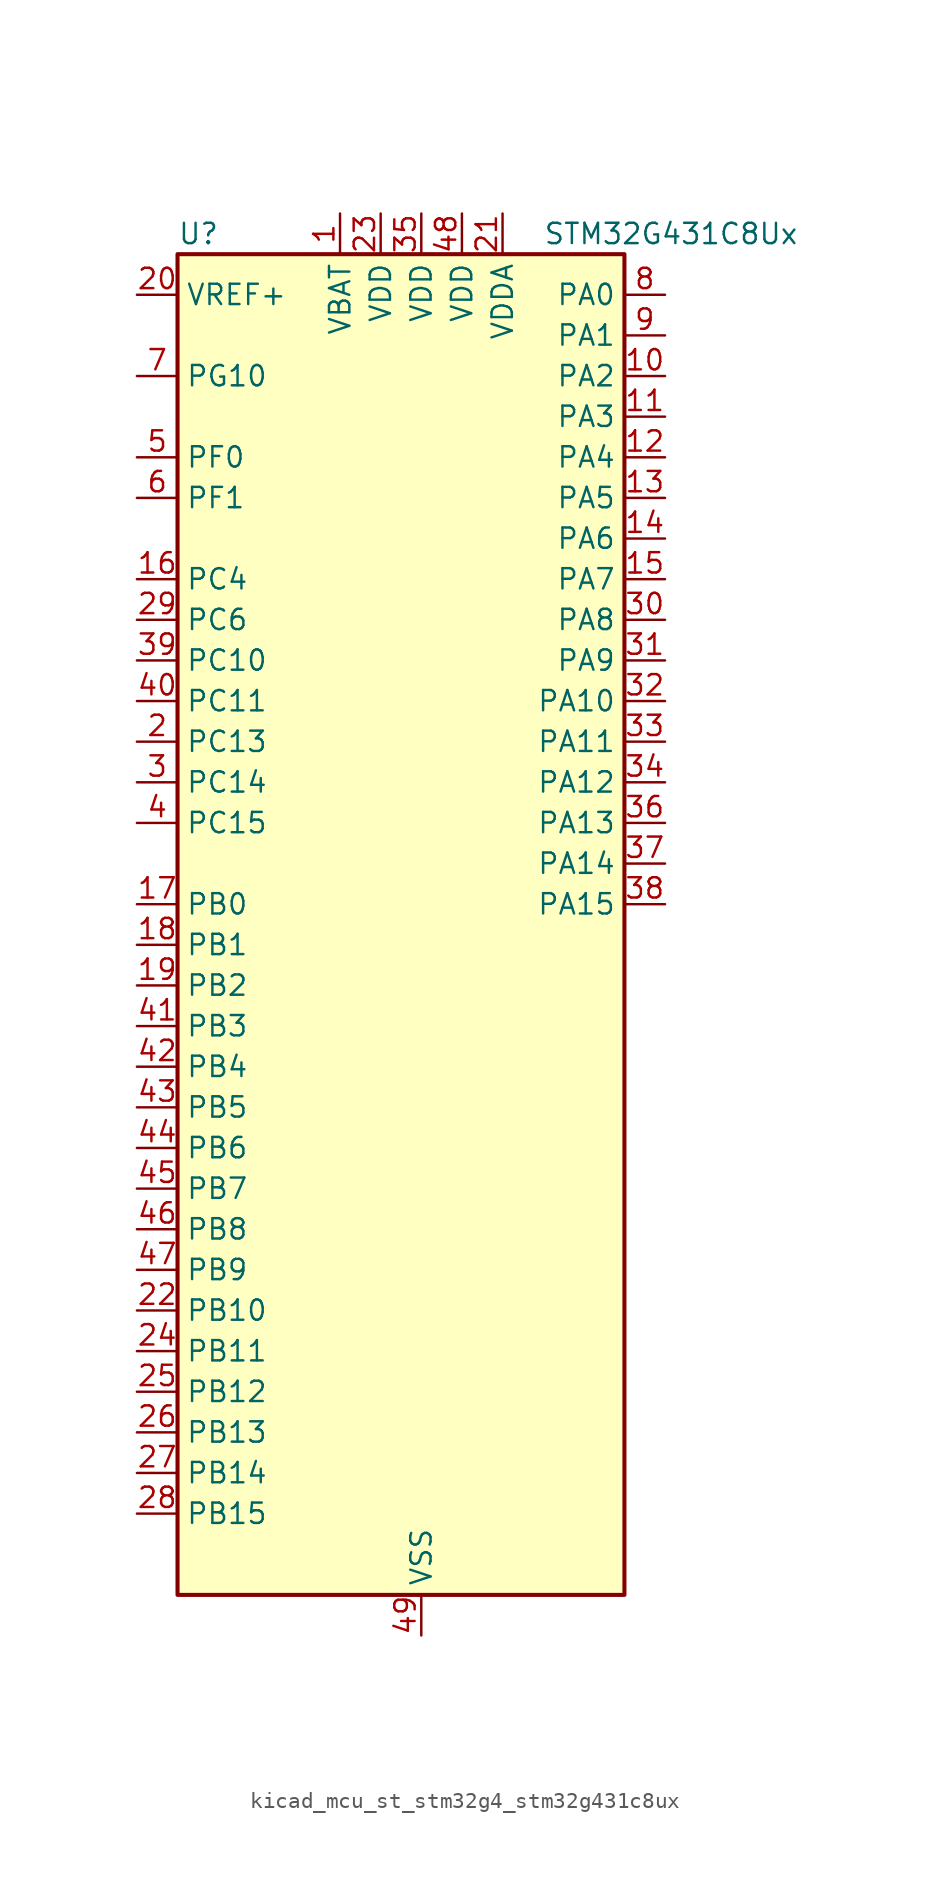
<source format=kicad_sym>
(kicad_symbol_lib
  (version 20220914)
  (generator kicad_symbol_editor)
  (symbol "kicad_mcu_st_stm32g4_stm32g431c8ux"
    (property "Reference" "U"
      (at -12.7 44.45 0)
      (effects (font (size 1.27 1.27)) (justify left)))
    (property "Value" "STM32G431C8Ux"
      (at 10.16 44.45 0)
      (effects (font (size 1.27 1.27)) (justify left)))
    (property "ki_locked" ""
      (at 0 0 0)
      (effects (font (size 1.27 1.27))))
    (symbol "kicad_mcu_st_stm32g4_stm32g431c8ux_0_1"
      (rectangle (start -12.7 -40.64) (end 15.24 43.18) (stroke (width 0.254) (type default)) (fill (type background))))
    (symbol "kicad_mcu_st_stm32g4_stm32g431c8ux_1_1"
      (pin power_in line (at -2.54 45.72 270) (length 2.54) (name "VBAT" (effects (font (size 1.27 1.27)))) (number "1" (effects (font (size 1.27 1.27)))))
      (pin bidirectional line (at 17.78 35.56 180) (length 2.54) (name "PA2" (effects (font (size 1.27 1.27)))) (number "10" (effects (font (size 1.27 1.27)))) (alternate "ADC1_IN3" bidirectional line) (alternate "COMP2_INM" bidirectional line) (alternate "COMP2_OUT" bidirectional line) (alternate "LPUART1_TX" bidirectional line) (alternate "OPAMP1_VOUT" bidirectional line) (alternate "RCC_LSCO" bidirectional line) (alternate "SYS_WKUP4" bidirectional line) (alternate "TIM15_CH1" bidirectional line) (alternate "TIM2_CH3" bidirectional line) (alternate "UCPD1_FRSTX1" bidirectional line) (alternate "UCPD1_FRSTX2" bidirectional line) (alternate "USART2_TX" bidirectional line))
      (pin bidirectional line (at 17.78 33.02 180) (length 2.54) (name "PA3" (effects (font (size 1.27 1.27)))) (number "11" (effects (font (size 1.27 1.27)))) (alternate "ADC1_IN4" bidirectional line) (alternate "COMP2_INP" bidirectional line) (alternate "LPUART1_RX" bidirectional line) (alternate "OPAMP1_VINM" bidirectional line) (alternate "OPAMP1_VINM0" bidirectional line) (alternate "OPAMP1_VINM_SEC" bidirectional line) (alternate "OPAMP1_VINP" bidirectional line) (alternate "OPAMP1_VINP_SEC" bidirectional line) (alternate "SAI1_CK1" bidirectional line) (alternate "SAI1_MCLK_A" bidirectional line) (alternate "TIM15_CH2" bidirectional line) (alternate "TIM2_CH4" bidirectional line) (alternate "USART2_RX" bidirectional line))
      (pin bidirectional line (at 17.78 30.48 180) (length 2.54) (name "PA4" (effects (font (size 1.27 1.27)))) (number "12" (effects (font (size 1.27 1.27)))) (alternate "ADC2_IN17" bidirectional line) (alternate "COMP1_INM" bidirectional line) (alternate "DAC1_OUT1" bidirectional line) (alternate "I2S3_WS" bidirectional line) (alternate "SAI1_FS_B" bidirectional line) (alternate "SPI1_NSS" bidirectional line) (alternate "SPI3_NSS" bidirectional line) (alternate "TIM3_CH2" bidirectional line) (alternate "USART2_CK" bidirectional line))
      (pin bidirectional line (at 17.78 27.94 180) (length 2.54) (name "PA5" (effects (font (size 1.27 1.27)))) (number "13" (effects (font (size 1.27 1.27)))) (alternate "ADC2_IN13" bidirectional line) (alternate "COMP2_INM" bidirectional line) (alternate "DAC1_OUT2" bidirectional line) (alternate "OPAMP2_VINM" bidirectional line) (alternate "OPAMP2_VINM0" bidirectional line) (alternate "OPAMP2_VINM_SEC" bidirectional line) (alternate "SPI1_SCK" bidirectional line) (alternate "TIM2_CH1" bidirectional line) (alternate "TIM2_ETR" bidirectional line) (alternate "UCPD1_FRSTX1" bidirectional line) (alternate "UCPD1_FRSTX2" bidirectional line))
      (pin bidirectional line (at 17.78 25.4 180) (length 2.54) (name "PA6" (effects (font (size 1.27 1.27)))) (number "14" (effects (font (size 1.27 1.27)))) (alternate "ADC2_IN3" bidirectional line) (alternate "COMP1_OUT" bidirectional line) (alternate "LPUART1_CTS" bidirectional line) (alternate "OPAMP2_VOUT" bidirectional line) (alternate "SPI1_MISO" bidirectional line) (alternate "TIM16_CH1" bidirectional line) (alternate "TIM1_BKIN" bidirectional line) (alternate "TIM3_CH1" bidirectional line) (alternate "TIM8_BKIN" bidirectional line))
      (pin bidirectional line (at 17.78 22.86 180) (length 2.54) (name "PA7" (effects (font (size 1.27 1.27)))) (number "15" (effects (font (size 1.27 1.27)))) (alternate "ADC2_IN4" bidirectional line) (alternate "COMP2_INP" bidirectional line) (alternate "COMP2_OUT" bidirectional line) (alternate "OPAMP1_VINP" bidirectional line) (alternate "OPAMP1_VINP_SEC" bidirectional line) (alternate "OPAMP2_VINP" bidirectional line) (alternate "OPAMP2_VINP_SEC" bidirectional line) (alternate "SPI1_MOSI" bidirectional line) (alternate "TIM17_CH1" bidirectional line) (alternate "TIM1_CH1N" bidirectional line) (alternate "TIM3_CH2" bidirectional line) (alternate "TIM8_CH1N" bidirectional line) (alternate "UCPD1_FRSTX1" bidirectional line) (alternate "UCPD1_FRSTX2" bidirectional line))
      (pin bidirectional line (at -15.24 22.86 0) (length 2.54) (name "PC4" (effects (font (size 1.27 1.27)))) (number "16" (effects (font (size 1.27 1.27)))) (alternate "ADC2_IN5" bidirectional line) (alternate "I2C2_SCL" bidirectional line) (alternate "TIM1_ETR" bidirectional line) (alternate "USART1_TX" bidirectional line))
      (pin bidirectional line (at -15.24 2.54 0) (length 2.54) (name "PB0" (effects (font (size 1.27 1.27)))) (number "17" (effects (font (size 1.27 1.27)))) (alternate "ADC1_IN15" bidirectional line) (alternate "COMP4_INP" bidirectional line) (alternate "OPAMP2_VINP" bidirectional line) (alternate "OPAMP2_VINP_SEC" bidirectional line) (alternate "OPAMP3_VINP" bidirectional line) (alternate "OPAMP3_VINP_SEC" bidirectional line) (alternate "TIM1_CH2N" bidirectional line) (alternate "TIM3_CH3" bidirectional line) (alternate "TIM8_CH2N" bidirectional line) (alternate "UCPD1_FRSTX1" bidirectional line) (alternate "UCPD1_FRSTX2" bidirectional line))
      (pin bidirectional line (at -15.24 0 0) (length 2.54) (name "PB1" (effects (font (size 1.27 1.27)))) (number "18" (effects (font (size 1.27 1.27)))) (alternate "ADC1_IN12" bidirectional line) (alternate "COMP1_INP" bidirectional line) (alternate "COMP4_OUT" bidirectional line) (alternate "LPUART1_DE" bidirectional line) (alternate "LPUART1_RTS" bidirectional line) (alternate "OPAMP3_VOUT" bidirectional line) (alternate "TIM1_CH3N" bidirectional line) (alternate "TIM3_CH4" bidirectional line) (alternate "TIM8_CH3N" bidirectional line))
      (pin bidirectional line (at -15.24 -2.54 0) (length 2.54) (name "PB2" (effects (font (size 1.27 1.27)))) (number "19" (effects (font (size 1.27 1.27)))) (alternate "ADC2_IN12" bidirectional line) (alternate "COMP4_INM" bidirectional line) (alternate "I2C3_SMBA" bidirectional line) (alternate "LPTIM1_OUT" bidirectional line) (alternate "OPAMP3_VINM" bidirectional line) (alternate "OPAMP3_VINM0" bidirectional line) (alternate "OPAMP3_VINM_SEC" bidirectional line) (alternate "RTC_OUT2" bidirectional line))
      (pin bidirectional line (at -15.24 12.7 0) (length 2.54) (name "PC13" (effects (font (size 1.27 1.27)))) (number "2" (effects (font (size 1.27 1.27)))) (alternate "RTC_OUT1" bidirectional line) (alternate "RTC_TAMP1" bidirectional line) (alternate "RTC_TS" bidirectional line) (alternate "SYS_WKUP2" bidirectional line) (alternate "TIM1_BKIN" bidirectional line) (alternate "TIM1_CH1N" bidirectional line) (alternate "TIM8_CH4N" bidirectional line))
      (pin input line (at -15.24 40.64 0) (length 2.54) (name "VREF+" (effects (font (size 1.27 1.27)))) (number "20" (effects (font (size 1.27 1.27)))) (alternate "VREFBUF_OUT" bidirectional line))
      (pin power_in line (at 7.62 45.72 270) (length 2.54) (name "VDDA" (effects (font (size 1.27 1.27)))) (number "21" (effects (font (size 1.27 1.27)))))
      (pin bidirectional line (at -15.24 -22.86 0) (length 2.54) (name "PB10" (effects (font (size 1.27 1.27)))) (number "22" (effects (font (size 1.27 1.27)))) (alternate "DAC1_EXTI10" bidirectional line) (alternate "DAC3_EXTI10" bidirectional line) (alternate "LPUART1_RX" bidirectional line) (alternate "OPAMP3_VINM" bidirectional line) (alternate "OPAMP3_VINM1" bidirectional line) (alternate "OPAMP3_VINM_SEC" bidirectional line) (alternate "SAI1_SCK_A" bidirectional line) (alternate "TIM1_BKIN" bidirectional line) (alternate "TIM2_CH3" bidirectional line) (alternate "USART3_TX" bidirectional line))
      (pin power_in line (at 0 45.72 270) (length 2.54) (name "VDD" (effects (font (size 1.27 1.27)))) (number "23" (effects (font (size 1.27 1.27)))))
      (pin bidirectional line (at -15.24 -25.4 0) (length 2.54) (name "PB11" (effects (font (size 1.27 1.27)))) (number "24" (effects (font (size 1.27 1.27)))) (alternate "ADC1_EXTI11" bidirectional line) (alternate "ADC1_IN14" bidirectional line) (alternate "ADC2_EXTI11" bidirectional line) (alternate "ADC2_IN14" bidirectional line) (alternate "LPUART1_TX" bidirectional line) (alternate "TIM2_CH4" bidirectional line) (alternate "USART3_RX" bidirectional line))
      (pin bidirectional line (at -15.24 -27.94 0) (length 2.54) (name "PB12" (effects (font (size 1.27 1.27)))) (number "25" (effects (font (size 1.27 1.27)))) (alternate "ADC1_IN11" bidirectional line) (alternate "I2C2_SMBA" bidirectional line) (alternate "I2S2_WS" bidirectional line) (alternate "LPUART1_DE" bidirectional line) (alternate "LPUART1_RTS" bidirectional line) (alternate "SPI2_NSS" bidirectional line) (alternate "TIM1_BKIN" bidirectional line) (alternate "USART3_CK" bidirectional line))
      (pin bidirectional line (at -15.24 -30.48 0) (length 2.54) (name "PB13" (effects (font (size 1.27 1.27)))) (number "26" (effects (font (size 1.27 1.27)))) (alternate "I2S2_CK" bidirectional line) (alternate "LPUART1_CTS" bidirectional line) (alternate "OPAMP3_VINP" bidirectional line) (alternate "OPAMP3_VINP_SEC" bidirectional line) (alternate "SPI2_SCK" bidirectional line) (alternate "TIM1_CH1N" bidirectional line) (alternate "USART3_CTS" bidirectional line) (alternate "USART3_NSS" bidirectional line))
      (pin bidirectional line (at -15.24 -33.02 0) (length 2.54) (name "PB14" (effects (font (size 1.27 1.27)))) (number "27" (effects (font (size 1.27 1.27)))) (alternate "ADC1_IN5" bidirectional line) (alternate "COMP4_OUT" bidirectional line) (alternate "OPAMP2_VINP" bidirectional line) (alternate "OPAMP2_VINP_SEC" bidirectional line) (alternate "SPI2_MISO" bidirectional line) (alternate "TIM15_CH1" bidirectional line) (alternate "TIM1_CH2N" bidirectional line) (alternate "USART3_DE" bidirectional line) (alternate "USART3_RTS" bidirectional line))
      (pin bidirectional line (at -15.24 -35.56 0) (length 2.54) (name "PB15" (effects (font (size 1.27 1.27)))) (number "28" (effects (font (size 1.27 1.27)))) (alternate "ADC1_EXTI15" bidirectional line) (alternate "ADC2_EXTI15" bidirectional line) (alternate "ADC2_IN15" bidirectional line) (alternate "COMP3_OUT" bidirectional line) (alternate "I2S2_SD" bidirectional line) (alternate "RTC_REFIN" bidirectional line) (alternate "SPI2_MOSI" bidirectional line) (alternate "TIM15_CH1N" bidirectional line) (alternate "TIM15_CH2" bidirectional line) (alternate "TIM1_CH3N" bidirectional line))
      (pin bidirectional line (at -15.24 20.32 0) (length 2.54) (name "PC6" (effects (font (size 1.27 1.27)))) (number "29" (effects (font (size 1.27 1.27)))) (alternate "I2S2_MCK" bidirectional line) (alternate "TIM3_CH1" bidirectional line) (alternate "TIM8_CH1" bidirectional line))
      (pin bidirectional line (at -15.24 10.16 0) (length 2.54) (name "PC14" (effects (font (size 1.27 1.27)))) (number "3" (effects (font (size 1.27 1.27)))) (alternate "RCC_OSC32_IN" bidirectional line))
      (pin bidirectional line (at 17.78 20.32 180) (length 2.54) (name "PA8" (effects (font (size 1.27 1.27)))) (number "30" (effects (font (size 1.27 1.27)))) (alternate "I2C2_SDA" bidirectional line) (alternate "I2C3_SCL" bidirectional line) (alternate "I2S2_MCK" bidirectional line) (alternate "RCC_MCO" bidirectional line) (alternate "SAI1_CK2" bidirectional line) (alternate "SAI1_SCK_A" bidirectional line) (alternate "TIM1_CH1" bidirectional line) (alternate "TIM4_ETR" bidirectional line) (alternate "USART1_CK" bidirectional line))
      (pin bidirectional line (at 17.78 17.78 180) (length 2.54) (name "PA9" (effects (font (size 1.27 1.27)))) (number "31" (effects (font (size 1.27 1.27)))) (alternate "DAC1_EXTI9" bidirectional line) (alternate "DAC3_EXTI9" bidirectional line) (alternate "I2C2_SCL" bidirectional line) (alternate "I2C3_SMBA" bidirectional line) (alternate "I2S3_MCK" bidirectional line) (alternate "SAI1_FS_A" bidirectional line) (alternate "TIM15_BKIN" bidirectional line) (alternate "TIM1_CH2" bidirectional line) (alternate "TIM2_CH3" bidirectional line) (alternate "UCPD1_DBCC1" bidirectional line) (alternate "USART1_TX" bidirectional line))
      (pin bidirectional line (at 17.78 15.24 180) (length 2.54) (name "PA10" (effects (font (size 1.27 1.27)))) (number "32" (effects (font (size 1.27 1.27)))) (alternate "CRS_SYNC" bidirectional line) (alternate "DAC1_EXTI10" bidirectional line) (alternate "DAC3_EXTI10" bidirectional line) (alternate "I2C2_SMBA" bidirectional line) (alternate "SAI1_D1" bidirectional line) (alternate "SAI1_SD_A" bidirectional line) (alternate "SPI2_MISO" bidirectional line) (alternate "TIM17_BKIN" bidirectional line) (alternate "TIM1_CH3" bidirectional line) (alternate "TIM2_CH4" bidirectional line) (alternate "TIM8_BKIN" bidirectional line) (alternate "UCPD1_DBCC2" bidirectional line) (alternate "USART1_RX" bidirectional line))
      (pin bidirectional line (at 17.78 12.7 180) (length 2.54) (name "PA11" (effects (font (size 1.27 1.27)))) (number "33" (effects (font (size 1.27 1.27)))) (alternate "ADC1_EXTI11" bidirectional line) (alternate "ADC2_EXTI11" bidirectional line) (alternate "COMP1_OUT" bidirectional line) (alternate "FDCAN1_RX" bidirectional line) (alternate "I2S2_SD" bidirectional line) (alternate "SPI2_MOSI" bidirectional line) (alternate "TIM1_BKIN2" bidirectional line) (alternate "TIM1_CH1N" bidirectional line) (alternate "TIM1_CH4" bidirectional line) (alternate "TIM4_CH1" bidirectional line) (alternate "USART1_CTS" bidirectional line) (alternate "USART1_NSS" bidirectional line) (alternate "USB_DM" bidirectional line))
      (pin bidirectional line (at 17.78 10.16 180) (length 2.54) (name "PA12" (effects (font (size 1.27 1.27)))) (number "34" (effects (font (size 1.27 1.27)))) (alternate "COMP2_OUT" bidirectional line) (alternate "FDCAN1_TX" bidirectional line) (alternate "I2S_CKIN" bidirectional line) (alternate "TIM16_CH1" bidirectional line) (alternate "TIM1_CH2N" bidirectional line) (alternate "TIM1_ETR" bidirectional line) (alternate "TIM4_CH2" bidirectional line) (alternate "USART1_DE" bidirectional line) (alternate "USART1_RTS" bidirectional line) (alternate "USB_DP" bidirectional line))
      (pin power_in line (at 2.54 45.72 270) (length 2.54) (name "VDD" (effects (font (size 1.27 1.27)))) (number "35" (effects (font (size 1.27 1.27)))))
      (pin bidirectional line (at 17.78 7.62 180) (length 2.54) (name "PA13" (effects (font (size 1.27 1.27)))) (number "36" (effects (font (size 1.27 1.27)))) (alternate "I2C1_SCL" bidirectional line) (alternate "IR_OUT" bidirectional line) (alternate "SAI1_SD_B" bidirectional line) (alternate "SYS_JTMS-SWDIO" bidirectional line) (alternate "TIM16_CH1N" bidirectional line) (alternate "TIM4_CH3" bidirectional line) (alternate "USART3_CTS" bidirectional line) (alternate "USART3_NSS" bidirectional line))
      (pin bidirectional line (at 17.78 5.08 180) (length 2.54) (name "PA14" (effects (font (size 1.27 1.27)))) (number "37" (effects (font (size 1.27 1.27)))) (alternate "I2C1_SDA" bidirectional line) (alternate "LPTIM1_OUT" bidirectional line) (alternate "SAI1_FS_B" bidirectional line) (alternate "SYS_JTCK-SWCLK" bidirectional line) (alternate "TIM1_BKIN" bidirectional line) (alternate "TIM8_CH2" bidirectional line) (alternate "USART2_TX" bidirectional line))
      (pin bidirectional line (at 17.78 2.54 180) (length 2.54) (name "PA15" (effects (font (size 1.27 1.27)))) (number "38" (effects (font (size 1.27 1.27)))) (alternate "ADC1_EXTI15" bidirectional line) (alternate "ADC2_EXTI15" bidirectional line) (alternate "I2C1_SCL" bidirectional line) (alternate "I2S3_WS" bidirectional line) (alternate "SPI1_NSS" bidirectional line) (alternate "SPI3_NSS" bidirectional line) (alternate "SYS_JTDI" bidirectional line) (alternate "TIM1_BKIN" bidirectional line) (alternate "TIM2_CH1" bidirectional line) (alternate "TIM2_ETR" bidirectional line) (alternate "TIM8_CH1" bidirectional line) (alternate "USART2_RX" bidirectional line))
      (pin bidirectional line (at -15.24 17.78 0) (length 2.54) (name "PC10" (effects (font (size 1.27 1.27)))) (number "39" (effects (font (size 1.27 1.27)))) (alternate "DAC1_EXTI10" bidirectional line) (alternate "DAC3_EXTI10" bidirectional line) (alternate "I2S3_CK" bidirectional line) (alternate "SPI3_SCK" bidirectional line) (alternate "TIM8_CH1N" bidirectional line) (alternate "USART3_TX" bidirectional line))
      (pin bidirectional line (at -15.24 7.62 0) (length 2.54) (name "PC15" (effects (font (size 1.27 1.27)))) (number "4" (effects (font (size 1.27 1.27)))) (alternate "ADC1_EXTI15" bidirectional line) (alternate "ADC2_EXTI15" bidirectional line) (alternate "RCC_OSC32_OUT" bidirectional line))
      (pin bidirectional line (at -15.24 15.24 0) (length 2.54) (name "PC11" (effects (font (size 1.27 1.27)))) (number "40" (effects (font (size 1.27 1.27)))) (alternate "ADC1_EXTI11" bidirectional line) (alternate "ADC2_EXTI11" bidirectional line) (alternate "I2C3_SDA" bidirectional line) (alternate "SPI3_MISO" bidirectional line) (alternate "TIM8_CH2N" bidirectional line) (alternate "USART3_RX" bidirectional line))
      (pin bidirectional line (at -15.24 -5.08 0) (length 2.54) (name "PB3" (effects (font (size 1.27 1.27)))) (number "41" (effects (font (size 1.27 1.27)))) (alternate "CRS_SYNC" bidirectional line) (alternate "I2S3_CK" bidirectional line) (alternate "SAI1_SCK_B" bidirectional line) (alternate "SPI1_SCK" bidirectional line) (alternate "SPI3_SCK" bidirectional line) (alternate "SYS_JTDO-SWO" bidirectional line) (alternate "TIM2_CH2" bidirectional line) (alternate "TIM3_ETR" bidirectional line) (alternate "TIM4_ETR" bidirectional line) (alternate "TIM8_CH1N" bidirectional line) (alternate "USART2_TX" bidirectional line))
      (pin bidirectional line (at -15.24 -7.62 0) (length 2.54) (name "PB4" (effects (font (size 1.27 1.27)))) (number "42" (effects (font (size 1.27 1.27)))) (alternate "SAI1_MCLK_B" bidirectional line) (alternate "SPI1_MISO" bidirectional line) (alternate "SPI3_MISO" bidirectional line) (alternate "SYS_JTRST" bidirectional line) (alternate "TIM16_CH1" bidirectional line) (alternate "TIM17_BKIN" bidirectional line) (alternate "TIM3_CH1" bidirectional line) (alternate "TIM8_CH2N" bidirectional line) (alternate "UCPD1_CC2" bidirectional line) (alternate "USART2_RX" bidirectional line))
      (pin bidirectional line (at -15.24 -10.16 0) (length 2.54) (name "PB5" (effects (font (size 1.27 1.27)))) (number "43" (effects (font (size 1.27 1.27)))) (alternate "I2C1_SMBA" bidirectional line) (alternate "I2C3_SDA" bidirectional line) (alternate "I2S3_SD" bidirectional line) (alternate "LPTIM1_IN1" bidirectional line) (alternate "SAI1_SD_B" bidirectional line) (alternate "SPI1_MOSI" bidirectional line) (alternate "SPI3_MOSI" bidirectional line) (alternate "TIM16_BKIN" bidirectional line) (alternate "TIM17_CH1" bidirectional line) (alternate "TIM3_CH2" bidirectional line) (alternate "TIM8_CH3N" bidirectional line) (alternate "USART2_CK" bidirectional line))
      (pin bidirectional line (at -15.24 -12.7 0) (length 2.54) (name "PB6" (effects (font (size 1.27 1.27)))) (number "44" (effects (font (size 1.27 1.27)))) (alternate "COMP4_OUT" bidirectional line) (alternate "LPTIM1_ETR" bidirectional line) (alternate "SAI1_FS_B" bidirectional line) (alternate "TIM16_CH1N" bidirectional line) (alternate "TIM4_CH1" bidirectional line) (alternate "TIM8_BKIN2" bidirectional line) (alternate "TIM8_CH1" bidirectional line) (alternate "TIM8_ETR" bidirectional line) (alternate "UCPD1_CC1" bidirectional line) (alternate "USART1_TX" bidirectional line))
      (pin bidirectional line (at -15.24 -15.24 0) (length 2.54) (name "PB7" (effects (font (size 1.27 1.27)))) (number "45" (effects (font (size 1.27 1.27)))) (alternate "COMP3_OUT" bidirectional line) (alternate "I2C1_SDA" bidirectional line) (alternate "LPTIM1_IN2" bidirectional line) (alternate "SYS_PVD_IN" bidirectional line) (alternate "TIM17_CH1N" bidirectional line) (alternate "TIM3_CH4" bidirectional line) (alternate "TIM4_CH2" bidirectional line) (alternate "TIM8_BKIN" bidirectional line) (alternate "USART1_RX" bidirectional line))
      (pin bidirectional line (at -15.24 -17.78 0) (length 2.54) (name "PB8" (effects (font (size 1.27 1.27)))) (number "46" (effects (font (size 1.27 1.27)))) (alternate "COMP1_OUT" bidirectional line) (alternate "FDCAN1_RX" bidirectional line) (alternate "I2C1_SCL" bidirectional line) (alternate "SAI1_CK1" bidirectional line) (alternate "SAI1_MCLK_A" bidirectional line) (alternate "TIM16_CH1" bidirectional line) (alternate "TIM1_BKIN" bidirectional line) (alternate "TIM4_CH3" bidirectional line) (alternate "TIM8_CH2" bidirectional line) (alternate "USART3_RX" bidirectional line))
      (pin bidirectional line (at -15.24 -20.32 0) (length 2.54) (name "PB9" (effects (font (size 1.27 1.27)))) (number "47" (effects (font (size 1.27 1.27)))) (alternate "COMP2_OUT" bidirectional line) (alternate "DAC1_EXTI9" bidirectional line) (alternate "DAC3_EXTI9" bidirectional line) (alternate "FDCAN1_TX" bidirectional line) (alternate "I2C1_SDA" bidirectional line) (alternate "IR_OUT" bidirectional line) (alternate "SAI1_D2" bidirectional line) (alternate "SAI1_FS_A" bidirectional line) (alternate "TIM17_CH1" bidirectional line) (alternate "TIM1_CH3N" bidirectional line) (alternate "TIM4_CH4" bidirectional line) (alternate "TIM8_CH3" bidirectional line) (alternate "USART3_TX" bidirectional line))
      (pin power_in line (at 5.08 45.72 270) (length 2.54) (name "VDD" (effects (font (size 1.27 1.27)))) (number "48" (effects (font (size 1.27 1.27)))))
      (pin power_in line (at 2.54 -43.18 90) (length 2.54) (name "VSS" (effects (font (size 1.27 1.27)))) (number "49" (effects (font (size 1.27 1.27)))))
      (pin bidirectional line (at -15.24 30.48 0) (length 2.54) (name "PF0" (effects (font (size 1.27 1.27)))) (number "5" (effects (font (size 1.27 1.27)))) (alternate "ADC1_IN10" bidirectional line) (alternate "I2C2_SDA" bidirectional line) (alternate "I2S2_WS" bidirectional line) (alternate "RCC_OSC_IN" bidirectional line) (alternate "SPI2_NSS" bidirectional line) (alternate "TIM1_CH3N" bidirectional line))
      (pin bidirectional line (at -15.24 27.94 0) (length 2.54) (name "PF1" (effects (font (size 1.27 1.27)))) (number "6" (effects (font (size 1.27 1.27)))) (alternate "ADC2_IN10" bidirectional line) (alternate "COMP3_INM" bidirectional line) (alternate "I2S2_CK" bidirectional line) (alternate "RCC_OSC_OUT" bidirectional line) (alternate "SPI2_SCK" bidirectional line))
      (pin bidirectional line (at -15.24 35.56 0) (length 2.54) (name "PG10" (effects (font (size 1.27 1.27)))) (number "7" (effects (font (size 1.27 1.27)))) (alternate "DAC1_EXTI10" bidirectional line) (alternate "DAC3_EXTI10" bidirectional line) (alternate "RCC_MCO" bidirectional line))
      (pin bidirectional line (at 17.78 40.64 180) (length 2.54) (name "PA0" (effects (font (size 1.27 1.27)))) (number "8" (effects (font (size 1.27 1.27)))) (alternate "ADC1_IN1" bidirectional line) (alternate "ADC2_IN1" bidirectional line) (alternate "COMP1_INM" bidirectional line) (alternate "COMP1_OUT" bidirectional line) (alternate "COMP3_INP" bidirectional line) (alternate "RTC_TAMP2" bidirectional line) (alternate "SYS_WKUP1" bidirectional line) (alternate "TIM2_CH1" bidirectional line) (alternate "TIM2_ETR" bidirectional line) (alternate "TIM8_BKIN" bidirectional line) (alternate "TIM8_ETR" bidirectional line) (alternate "USART2_CTS" bidirectional line) (alternate "USART2_NSS" bidirectional line))
      (pin bidirectional line (at 17.78 38.1 180) (length 2.54) (name "PA1" (effects (font (size 1.27 1.27)))) (number "9" (effects (font (size 1.27 1.27)))) (alternate "ADC1_IN2" bidirectional line) (alternate "ADC2_IN2" bidirectional line) (alternate "COMP1_INP" bidirectional line) (alternate "OPAMP1_VINP" bidirectional line) (alternate "OPAMP1_VINP_SEC" bidirectional line) (alternate "OPAMP3_VINP" bidirectional line) (alternate "OPAMP3_VINP_SEC" bidirectional line) (alternate "RTC_REFIN" bidirectional line) (alternate "TIM15_CH1N" bidirectional line) (alternate "TIM2_CH2" bidirectional line) (alternate "USART2_DE" bidirectional line) (alternate "USART2_RTS" bidirectional line)))))
</source>
